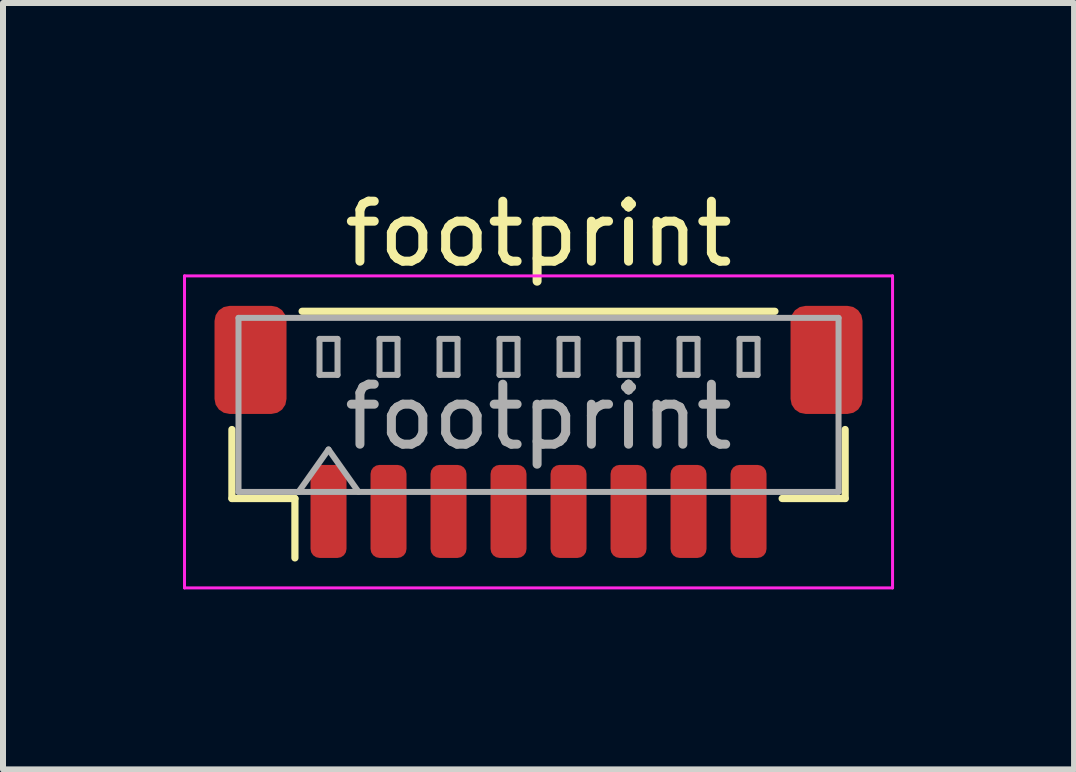
<source format=kicad_pcb>
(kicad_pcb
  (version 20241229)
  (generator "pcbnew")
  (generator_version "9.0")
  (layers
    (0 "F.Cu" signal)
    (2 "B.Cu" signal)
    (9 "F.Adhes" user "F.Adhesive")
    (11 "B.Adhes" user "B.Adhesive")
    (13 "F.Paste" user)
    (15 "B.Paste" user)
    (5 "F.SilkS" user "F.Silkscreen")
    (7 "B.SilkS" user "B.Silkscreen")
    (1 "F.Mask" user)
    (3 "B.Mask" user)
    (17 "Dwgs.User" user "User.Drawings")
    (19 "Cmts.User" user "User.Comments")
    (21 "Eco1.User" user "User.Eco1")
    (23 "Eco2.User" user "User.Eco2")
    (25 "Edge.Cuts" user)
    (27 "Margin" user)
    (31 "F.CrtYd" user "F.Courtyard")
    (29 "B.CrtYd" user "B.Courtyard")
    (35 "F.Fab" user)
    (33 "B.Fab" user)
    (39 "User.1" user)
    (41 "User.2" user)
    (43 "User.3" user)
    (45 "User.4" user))
  (footprint "footprint"
    (layer "F.Cu")
    (at 5.925 4.148)
    (property "Reference" "footprint" (at 0 -3.3 0) (layer "F.SilkS") (effects (font (size 1 1) (thickness 0.15))))
    (attr smd)
    (fp_line (start -5.11 -0.04) (end -5.11 1.11) (stroke (width 0.12) (type solid)) (layer "F.SilkS"))
    (fp_line (start -5.11 1.11) (end -4.06 1.11) (stroke (width 0.12) (type solid)) (layer "F.SilkS"))
    (fp_line (start -4.06 1.11) (end -4.06 2.1) (stroke (width 0.12) (type solid)) (layer "F.SilkS"))
    (fp_line (start -3.94 -2.01) (end 3.94 -2.01) (stroke (width 0.12) (type solid)) (layer "F.SilkS"))
    (fp_line (start 5.11 -0.04) (end 5.11 1.11) (stroke (width 0.12) (type solid)) (layer "F.SilkS"))
    (fp_line (start 5.11 1.11) (end 4.06 1.11) (stroke (width 0.12) (type solid)) (layer "F.SilkS"))
    (fp_line (start -5.9 -2.6) (end -5.9 2.6) (stroke (width 0.05) (type solid)) (layer "F.CrtYd"))
    (fp_line (start -5.9 2.6) (end 5.9 2.6) (stroke (width 0.05) (type solid)) (layer "F.CrtYd"))
    (fp_line (start 5.9 -2.6) (end -5.9 -2.6) (stroke (width 0.05) (type solid)) (layer "F.CrtYd"))
    (fp_line (start 5.9 2.6) (end 5.9 -2.6) (stroke (width 0.05) (type solid)) (layer "F.CrtYd"))
    (fp_line (start -5 -1.9) (end 5 -1.9) (stroke (width 0.1) (type solid)) (layer "F.Fab"))
    (fp_line (start -5 1) (end -5 -1.9) (stroke (width 0.1) (type solid)) (layer "F.Fab"))
    (fp_line (start -5 1) (end 5 1) (stroke (width 0.1) (type solid)) (layer "F.Fab"))
    (fp_line (start -4 1) (end -3.5 0.293) (stroke (width 0.1) (type solid)) (layer "F.Fab"))
    (fp_line (start -3.65 -1.55) (end -3.65 -0.95) (stroke (width 0.1) (type solid)) (layer "F.Fab"))
    (fp_line (start -3.65 -0.95) (end -3.35 -0.95) (stroke (width 0.1) (type solid)) (layer "F.Fab"))
    (fp_line (start -3.5 0.293) (end -3 1) (stroke (width 0.1) (type solid)) (layer "F.Fab"))
    (fp_line (start -3.35 -1.55) (end -3.65 -1.55) (stroke (width 0.1) (type solid)) (layer "F.Fab"))
    (fp_line (start -3.35 -0.95) (end -3.35 -1.55) (stroke (width 0.1) (type solid)) (layer "F.Fab"))
    (fp_line (start -2.65 -1.55) (end -2.65 -0.95) (stroke (width 0.1) (type solid)) (layer "F.Fab"))
    (fp_line (start -2.65 -0.95) (end -2.35 -0.95) (stroke (width 0.1) (type solid)) (layer "F.Fab"))
    (fp_line (start -2.35 -1.55) (end -2.65 -1.55) (stroke (width 0.1) (type solid)) (layer "F.Fab"))
    (fp_line (start -2.35 -0.95) (end -2.35 -1.55) (stroke (width 0.1) (type solid)) (layer "F.Fab"))
    (fp_line (start -1.65 -1.55) (end -1.65 -0.95) (stroke (width 0.1) (type solid)) (layer "F.Fab"))
    (fp_line (start -1.65 -0.95) (end -1.35 -0.95) (stroke (width 0.1) (type solid)) (layer "F.Fab"))
    (fp_line (start -1.35 -1.55) (end -1.65 -1.55) (stroke (width 0.1) (type solid)) (layer "F.Fab"))
    (fp_line (start -1.35 -0.95) (end -1.35 -1.55) (stroke (width 0.1) (type solid)) (layer "F.Fab"))
    (fp_line (start -0.65 -1.55) (end -0.65 -0.95) (stroke (width 0.1) (type solid)) (layer "F.Fab"))
    (fp_line (start -0.65 -0.95) (end -0.35 -0.95) (stroke (width 0.1) (type solid)) (layer "F.Fab"))
    (fp_line (start -0.35 -1.55) (end -0.65 -1.55) (stroke (width 0.1) (type solid)) (layer "F.Fab"))
    (fp_line (start -0.35 -0.95) (end -0.35 -1.55) (stroke (width 0.1) (type solid)) (layer "F.Fab"))
    (fp_line (start 0.35 -1.55) (end 0.35 -0.95) (stroke (width 0.1) (type solid)) (layer "F.Fab"))
    (fp_line (start 0.35 -0.95) (end 0.65 -0.95) (stroke (width 0.1) (type solid)) (layer "F.Fab"))
    (fp_line (start 0.65 -1.55) (end 0.35 -1.55) (stroke (width 0.1) (type solid)) (layer "F.Fab"))
    (fp_line (start 0.65 -0.95) (end 0.65 -1.55) (stroke (width 0.1) (type solid)) (layer "F.Fab"))
    (fp_line (start 1.35 -1.55) (end 1.35 -0.95) (stroke (width 0.1) (type solid)) (layer "F.Fab"))
    (fp_line (start 1.35 -0.95) (end 1.65 -0.95) (stroke (width 0.1) (type solid)) (layer "F.Fab"))
    (fp_line (start 1.65 -1.55) (end 1.35 -1.55) (stroke (width 0.1) (type solid)) (layer "F.Fab"))
    (fp_line (start 1.65 -0.95) (end 1.65 -1.55) (stroke (width 0.1) (type solid)) (layer "F.Fab"))
    (fp_line (start 2.35 -1.55) (end 2.35 -0.95) (stroke (width 0.1) (type solid)) (layer "F.Fab"))
    (fp_line (start 2.35 -0.95) (end 2.65 -0.95) (stroke (width 0.1) (type solid)) (layer "F.Fab"))
    (fp_line (start 2.65 -1.55) (end 2.35 -1.55) (stroke (width 0.1) (type solid)) (layer "F.Fab"))
    (fp_line (start 2.65 -0.95) (end 2.65 -1.55) (stroke (width 0.1) (type solid)) (layer "F.Fab"))
    (fp_line (start 3.35 -1.55) (end 3.35 -0.95) (stroke (width 0.1) (type solid)) (layer "F.Fab"))
    (fp_line (start 3.35 -0.95) (end 3.65 -0.95) (stroke (width 0.1) (type solid)) (layer "F.Fab"))
    (fp_line (start 3.65 -1.55) (end 3.35 -1.55) (stroke (width 0.1) (type solid)) (layer "F.Fab"))
    (fp_line (start 3.65 -0.95) (end 3.65 -1.55) (stroke (width 0.1) (type solid)) (layer "F.Fab"))
    (fp_line (start 5 1) (end 5 -1.9) (stroke (width 0.1) (type solid)) (layer "F.Fab"))
    (fp_text user "${REFERENCE}" (at 0 -0.25 0) (layer "F.Fab") (effects (font (size 1 1) (thickness 0.15))))
    (pad "1" smd roundrect (at -3.5 1.325) (size 0.6 1.55) (layers "F.Cu" "F.Mask" "F.Paste") (roundrect_rratio 0.25))
    (pad "2" smd roundrect (at -2.5 1.325) (size 0.6 1.55) (layers "F.Cu" "F.Mask" "F.Paste") (roundrect_rratio 0.25))
    (pad "3" smd roundrect (at -1.5 1.325) (size 0.6 1.55) (layers "F.Cu" "F.Mask" "F.Paste") (roundrect_rratio 0.25))
    (pad "4" smd roundrect (at -0.5 1.325) (size 0.6 1.55) (layers "F.Cu" "F.Mask" "F.Paste") (roundrect_rratio 0.25))
    (pad "5" smd roundrect (at 0.5 1.325) (size 0.6 1.55) (layers "F.Cu" "F.Mask" "F.Paste") (roundrect_rratio 0.25))
    (pad "6" smd roundrect (at 1.5 1.325) (size 0.6 1.55) (layers "F.Cu" "F.Mask" "F.Paste") (roundrect_rratio 0.25))
    (pad "7" smd roundrect (at 2.5 1.325) (size 0.6 1.55) (layers "F.Cu" "F.Mask" "F.Paste") (roundrect_rratio 0.25))
    (pad "8" smd roundrect (at 3.5 1.325) (size 0.6 1.55) (layers "F.Cu" "F.Mask" "F.Paste") (roundrect_rratio 0.25))
    (pad "MP" smd roundrect (at -4.8 -1.2) (size 1.2 1.8) (layers "F.Cu" "F.Mask" "F.Paste") (roundrect_rratio 0.208))
    (pad "MP" smd roundrect (at 4.8 -1.2) (size 1.2 1.8) (layers "F.Cu" "F.Mask" "F.Paste") (roundrect_rratio 0.208)))
  (gr_rect
    (start -3 -3)
    (end 14.85 9.773)
    (stroke (width 0.1) (type default))
    (fill no)
    (layer "Edge.Cuts")))
</source>
